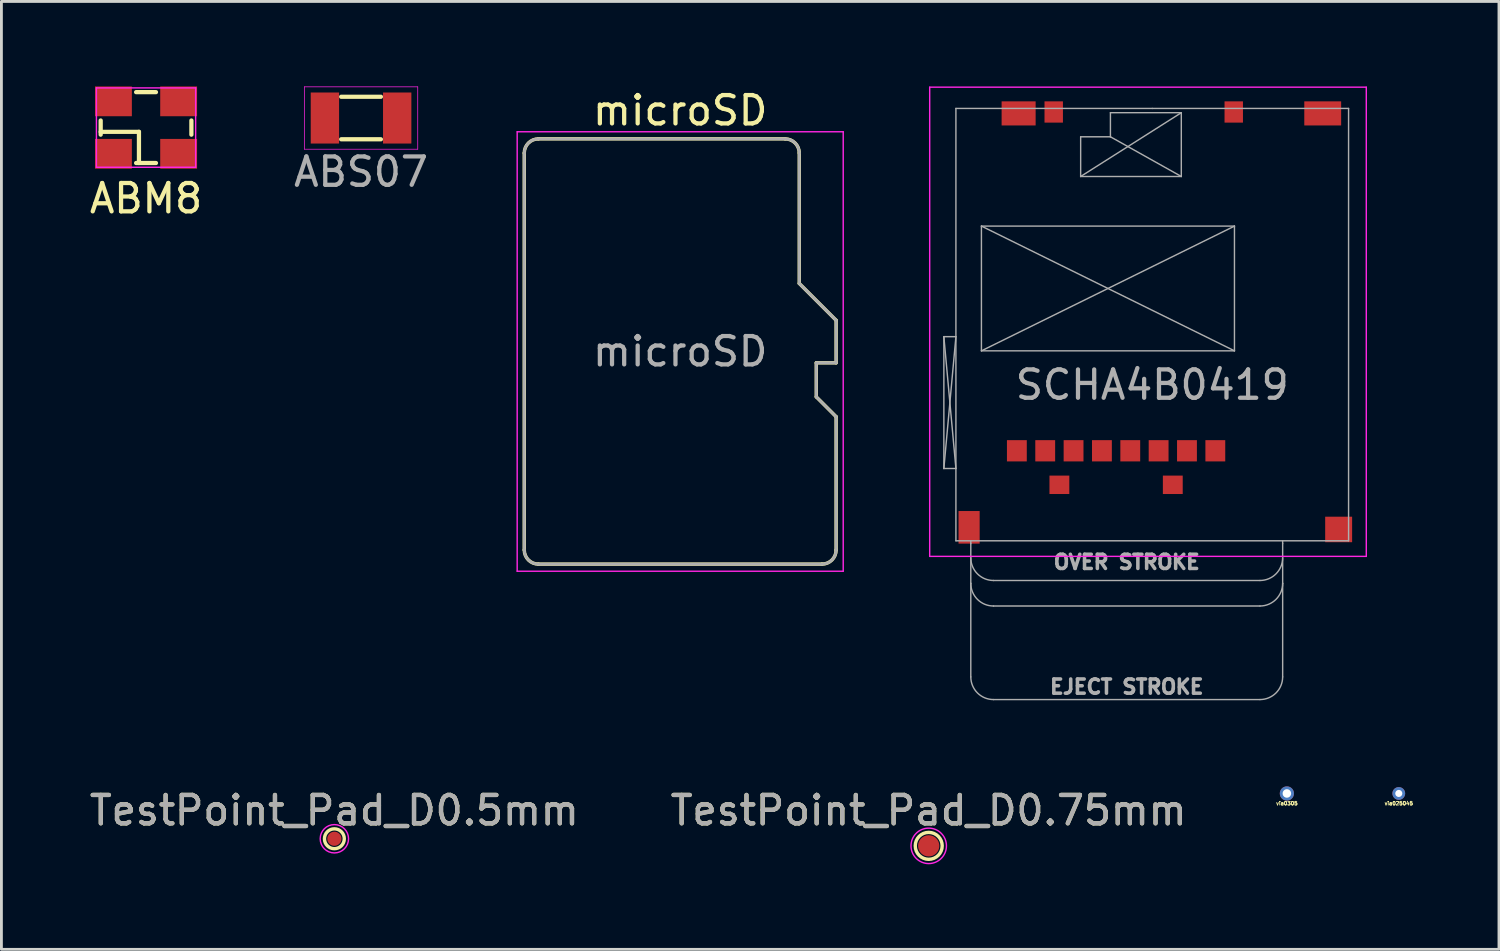
<source format=kicad_pcb>
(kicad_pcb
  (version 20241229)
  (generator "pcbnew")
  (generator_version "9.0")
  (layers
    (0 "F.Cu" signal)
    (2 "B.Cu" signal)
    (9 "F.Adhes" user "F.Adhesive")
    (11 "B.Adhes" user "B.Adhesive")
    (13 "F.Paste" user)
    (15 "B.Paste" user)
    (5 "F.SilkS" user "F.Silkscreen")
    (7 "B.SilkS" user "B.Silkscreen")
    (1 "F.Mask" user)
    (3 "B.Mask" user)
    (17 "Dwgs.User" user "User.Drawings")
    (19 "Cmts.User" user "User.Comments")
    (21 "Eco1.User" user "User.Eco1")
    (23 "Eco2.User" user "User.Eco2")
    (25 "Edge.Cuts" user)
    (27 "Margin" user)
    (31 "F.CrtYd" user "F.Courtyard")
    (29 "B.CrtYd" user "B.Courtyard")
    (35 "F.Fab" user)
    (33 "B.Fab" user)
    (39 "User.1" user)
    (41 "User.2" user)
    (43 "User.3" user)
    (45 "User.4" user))
  (footprint "microSD"
    (layer "F.Cu")
    (at 20.942 9.348)
    (property "Reference" "microSD" (at 0 -8.5 0) (layer "F.SilkS") (effects (font (size 1 1) (thickness 0.15))))
    (attr exclude_from_pos_files exclude_from_bom)
    (fp_line (start -5.5 -7) (end -5.5 7) (stroke (width 0.12) (type solid)) (layer "F.SilkS"))
    (fp_line (start -5 7.5) (end 5 7.5) (stroke (width 0.12) (type solid)) (layer "F.SilkS"))
    (fp_line (start 3.7 -7.5) (end -5 -7.5) (stroke (width 0.12) (type solid)) (layer "F.SilkS"))
    (fp_line (start 4.2 -7) (end 4.2 -2.4) (stroke (width 0.12) (type solid)) (layer "F.SilkS"))
    (fp_line (start 4.8 0.4) (end 4.8 1.6) (stroke (width 0.12) (type solid)) (layer "F.SilkS"))
    (fp_line (start 4.8 1.6) (end 5.5 2.3) (stroke (width 0.12) (type solid)) (layer "F.SilkS"))
    (fp_line (start 5.5 -1.1) (end 4.2 -2.4) (stroke (width 0.12) (type solid)) (layer "F.SilkS"))
    (fp_line (start 5.5 -1.1) (end 5.5 0.4) (stroke (width 0.12) (type solid)) (layer "F.SilkS"))
    (fp_line (start 5.5 0.4) (end 4.8 0.4) (stroke (width 0.12) (type solid)) (layer "F.SilkS"))
    (fp_line (start 5.5 7) (end 5.5 2.3) (stroke (width 0.12) (type solid)) (layer "F.SilkS"))
    (fp_arc (start -5.5 -7) (mid -5.353553 -7.353553) (end -5 -7.5) (stroke (width 0.12) (type solid)) (layer "F.SilkS"))
    (fp_arc (start -5 7.5) (mid -5.353553 7.353553) (end -5.5 7) (stroke (width 0.12) (type solid)) (layer "F.SilkS"))
    (fp_arc (start 3.7 -7.5) (mid 4.053553 -7.353553) (end 4.2 -7) (stroke (width 0.12) (type solid)) (layer "F.SilkS"))
    (fp_arc (start 5.5 7) (mid 5.353553 7.353553) (end 5 7.5) (stroke (width 0.12) (type solid)) (layer "F.SilkS"))
    (fp_line (start -5.75 -7.75) (end 5.75 -7.75) (stroke (width 0.05) (type solid)) (layer "F.CrtYd"))
    (fp_line (start -5.75 7.75) (end -5.75 -7.75) (stroke (width 0.05) (type solid)) (layer "F.CrtYd"))
    (fp_line (start 5.75 -7.75) (end 5.75 7.75) (stroke (width 0.05) (type solid)) (layer "F.CrtYd"))
    (fp_line (start 5.75 7.75) (end -5.75 7.75) (stroke (width 0.05) (type solid)) (layer "F.CrtYd"))
    (fp_line (start -5.5 -7) (end -5.5 7) (stroke (width 0.1) (type solid)) (layer "F.Fab"))
    (fp_line (start -5 7.5) (end 5 7.5) (stroke (width 0.1) (type solid)) (layer "F.Fab"))
    (fp_line (start 3.7 -7.5) (end -5 -7.5) (stroke (width 0.1) (type solid)) (layer "F.Fab"))
    (fp_line (start 4.2 -7) (end 4.2 -2.4) (stroke (width 0.1) (type solid)) (layer "F.Fab"))
    (fp_line (start 4.8 0.4) (end 4.8 1.6) (stroke (width 0.1) (type solid)) (layer "F.Fab"))
    (fp_line (start 4.8 1.6) (end 5.5 2.3) (stroke (width 0.1) (type solid)) (layer "F.Fab"))
    (fp_line (start 5.5 -1.1) (end 4.2 -2.4) (stroke (width 0.1) (type solid)) (layer "F.Fab"))
    (fp_line (start 5.5 -1.1) (end 5.5 0.4) (stroke (width 0.1) (type solid)) (layer "F.Fab"))
    (fp_line (start 5.5 0.4) (end 4.8 0.4) (stroke (width 0.1) (type solid)) (layer "F.Fab"))
    (fp_line (start 5.5 7) (end 5.5 2.3) (stroke (width 0.1) (type solid)) (layer "F.Fab"))
    (fp_arc (start -5.5 -7) (mid -5.353553 -7.353553) (end -5 -7.5) (stroke (width 0.1) (type solid)) (layer "F.Fab"))
    (fp_arc (start -5 7.5) (mid -5.353553 7.353553) (end -5.5 7) (stroke (width 0.1) (type solid)) (layer "F.Fab"))
    (fp_arc (start 3.7 -7.5) (mid 4.053553 -7.353553) (end 4.2 -7) (stroke (width 0.1) (type solid)) (layer "F.Fab"))
    (fp_arc (start 5.5 7) (mid 5.353553 7.353553) (end 5 7.5) (stroke (width 0.1) (type solid)) (layer "F.Fab"))
    (fp_text user "${REFERENCE}" (at 0 0 0) (layer "F.Fab") (effects (font (size 1 1) (thickness 0.15)))))
  (footprint "TestPoint_Pad_D0.5mm"
    (layer "F.Cu")
    (at 8.744 26.535)
    (property "Reference" "TestPoint_Pad_D0.5mm" (at 0 -1 0) (layer "F.SilkS") (effects (font (size 1 1) (thickness 0.15))))
    (attr exclude_from_pos_files exclude_from_bom)
    (fp_circle (center 0 0) (end 0.35 0) (stroke (width 0.12) (type solid)) (fill no) (layer "F.SilkS"))
    (fp_circle (center 0 0) (end 0.5 0) (stroke (width 0.05) (type solid)) (fill no) (layer "F.CrtYd"))
    (fp_text user "${REFERENCE}" (at 0 -1 0) (layer "F.Fab") (effects (font (size 1 1) (thickness 0.15))))
    (pad "1" smd circle (at 0 0) (size 0.5 0.5) (layers "F.Cu" "F.Mask")))
  (footprint "SCHA4B0419"
    (layer "F.Cu")
    (at 37.592 0.775)
    (property "Reference" "SCHA4B0419" (at 0 9.75 0) (layer "F.Fab") (effects (font (size 1 1) (thickness 0.15))))
    (attr through_hole)
    (fp_line (start -7.85 -0.75) (end 7.55 -0.75) (stroke (width 0.05) (type solid)) (layer "F.CrtYd"))
    (fp_line (start -7.85 15.8) (end -7.85 -0.75) (stroke (width 0.05) (type solid)) (layer "F.CrtYd"))
    (fp_line (start 7.55 -0.75) (end 7.55 15.8) (stroke (width 0.05) (type solid)) (layer "F.CrtYd"))
    (fp_line (start 7.55 15.8) (end -7.85 15.8) (stroke (width 0.05) (type solid)) (layer "F.CrtYd"))
    (fp_line (start -7.35 8.05) (end -7.35 12.7) (stroke (width 0.05) (type solid)) (layer "F.Fab"))
    (fp_line (start -7.35 12.7) (end -6.925 12.7) (stroke (width 0.05) (type solid)) (layer "F.Fab"))
    (fp_line (start -6.925 0) (end -6.925 15.25) (stroke (width 0.05) (type solid)) (layer "F.Fab"))
    (fp_line (start -6.925 8.05) (end -7.35 8.05) (stroke (width 0.05) (type solid)) (layer "F.Fab"))
    (fp_line (start -6.925 8.05) (end -7.35 12.7) (stroke (width 0.05) (type solid)) (layer "F.Fab"))
    (fp_line (start -6.925 12.7) (end -7.35 8.05) (stroke (width 0.05) (type solid)) (layer "F.Fab"))
    (fp_line (start -6.925 15.25) (end 6.925 15.25) (stroke (width 0.05) (type solid)) (layer "F.Fab"))
    (fp_line (start -6.4 15.35) (end -6.4 15.25) (stroke (width 0.05) (type solid)) (layer "F.Fab"))
    (fp_line (start -6.4 16.75) (end -6.4 15.35) (stroke (width 0.05) (type solid)) (layer "F.Fab"))
    (fp_line (start -6.4 20.05) (end -6.4 16.75) (stroke (width 0.05) (type solid)) (layer "F.Fab"))
    (fp_line (start -6.025 4.15) (end 2.9 4.15) (stroke (width 0.05) (type solid)) (layer "F.Fab"))
    (fp_line (start -6.025 4.15) (end 2.9 8.55) (stroke (width 0.05) (type solid)) (layer "F.Fab"))
    (fp_line (start -6.025 8.55) (end -6.025 4.15) (stroke (width 0.05) (type solid)) (layer "F.Fab"))
    (fp_line (start -2.525 1) (end -1.475 1) (stroke (width 0.05) (type solid)) (layer "F.Fab"))
    (fp_line (start -2.525 2.4) (end -2.525 1) (stroke (width 0.05) (type solid)) (layer "F.Fab"))
    (fp_line (start -1.475 0.15) (end 1.025 0.15) (stroke (width 0.05) (type solid)) (layer "F.Fab"))
    (fp_line (start -1.475 1) (end -1.475 0.15) (stroke (width 0.05) (type solid)) (layer "F.Fab"))
    (fp_line (start 0 0) (end -6.925 0) (stroke (width 0.05) (type solid)) (layer "F.Fab"))
    (fp_line (start 1.025 0.15) (end -2.525 2.4) (stroke (width 0.05) (type solid)) (layer "F.Fab"))
    (fp_line (start 1.025 0.15) (end 1.025 2.4) (stroke (width 0.05) (type solid)) (layer "F.Fab"))
    (fp_line (start 1.025 2.4) (end -2.525 2.4) (stroke (width 0.05) (type solid)) (layer "F.Fab"))
    (fp_line (start 1.025 2.4) (end -1.475 1) (stroke (width 0.05) (type solid)) (layer "F.Fab"))
    (fp_line (start 2.9 4.15) (end -6.025 8.55) (stroke (width 0.05) (type solid)) (layer "F.Fab"))
    (fp_line (start 2.9 4.15) (end 2.9 8.55) (stroke (width 0.05) (type solid)) (layer "F.Fab"))
    (fp_line (start 2.9 8.55) (end -6.025 8.55) (stroke (width 0.05) (type solid)) (layer "F.Fab"))
    (fp_line (start 3.8 16.65) (end -5.6 16.65) (stroke (width 0.05) (type solid)) (layer "F.Fab"))
    (fp_line (start 3.8 17.55) (end -5.6 17.55) (stroke (width 0.05) (type solid)) (layer "F.Fab"))
    (fp_line (start 3.8 20.85) (end -5.6 20.85) (stroke (width 0.05) (type solid)) (layer "F.Fab"))
    (fp_line (start 4.6 15.25) (end 4.6 15.35) (stroke (width 0.05) (type solid)) (layer "F.Fab"))
    (fp_line (start 4.6 15.35) (end 4.6 16.75) (stroke (width 0.05) (type solid)) (layer "F.Fab"))
    (fp_line (start 4.6 16.75) (end 4.6 20.05) (stroke (width 0.05) (type solid)) (layer "F.Fab"))
    (fp_line (start 6.925 0) (end 0 0) (stroke (width 0.05) (type solid)) (layer "F.Fab"))
    (fp_line (start 6.925 15.25) (end 6.925 0) (stroke (width 0.05) (type solid)) (layer "F.Fab"))
    (fp_arc (start -5.6 16.65) (mid -6.165685 16.415685) (end -6.4 15.85) (stroke (width 0.05) (type solid)) (layer "F.Fab"))
    (fp_arc (start -5.6 17.55) (mid -6.165685 17.315685) (end -6.4 16.75) (stroke (width 0.05) (type solid)) (layer "F.Fab"))
    (fp_arc (start -5.6 20.85) (mid -6.165685 20.615685) (end -6.4 20.05) (stroke (width 0.05) (type solid)) (layer "F.Fab"))
    (fp_arc (start 4.6 15.85) (mid 4.365685 16.415685) (end 3.8 16.65) (stroke (width 0.05) (type solid)) (layer "F.Fab"))
    (fp_arc (start 4.6 16.75) (mid 4.365685 17.315685) (end 3.8 17.55) (stroke (width 0.05) (type solid)) (layer "F.Fab"))
    (fp_arc (start 4.6 20.05) (mid 4.365685 20.615685) (end 3.8 20.85) (stroke (width 0.05) (type solid)) (layer "F.Fab"))
    (fp_text user "EJECT STROKE" (at -0.9 20.4 180) (layer "F.Fab") (effects (font (size 0.5 0.5) (thickness 0.125))))
    (fp_text user "OVER STROKE" (at -0.9 16 0) (layer "F.Fab") (effects (font (size 0.5 0.5) (thickness 0.125))))
    (pad "1" smd rect (at 2.225 12.075) (size 0.7 0.75) (layers "F.Cu" "F.Mask" "F.Paste"))
    (pad "2" smd rect (at 1.225 12.075) (size 0.7 0.75) (layers "F.Cu" "F.Mask" "F.Paste"))
    (pad "3" smd rect (at 0.225 12.075) (size 0.7 0.75) (layers "F.Cu" "F.Mask" "F.Paste"))
    (pad "4" smd rect (at -0.775 12.075) (size 0.7 0.75) (layers "F.Cu" "F.Mask" "F.Paste"))
    (pad "5" smd rect (at -1.775 12.075) (size 0.7 0.75) (layers "F.Cu" "F.Mask" "F.Paste"))
    (pad "6" smd rect (at -2.775 12.075) (size 0.7 0.75) (layers "F.Cu" "F.Mask" "F.Paste"))
    (pad "7" smd rect (at -3.775 12.075) (size 0.7 0.75) (layers "F.Cu" "F.Mask" "F.Paste"))
    (pad "8" smd rect (at -4.775 12.075) (size 0.7 0.75) (layers "F.Cu" "F.Mask" "F.Paste"))
    (pad "9" smd rect (at 2.875 0.125) (size 0.65 0.75) (layers "F.Cu" "F.Mask" "F.Paste"))
    (pad "10" smd rect (at -3.475 0.125) (size 0.65 0.75) (layers "F.Cu" "F.Mask" "F.Paste"))
    (pad "11" smd rect (at -6.46 14.775) (size 0.745 1.15) (layers "F.Cu" "F.Mask" "F.Paste"))
    (pad "11" smd rect (at -4.713 0.175) (size 1.2 0.85) (layers "F.Cu" "F.Mask" "F.Paste"))
    (pad "11" smd rect (at -3.275 13.275) (size 0.7 0.65) (layers "F.Cu" "F.Mask" "F.Paste"))
    (pad "11" smd rect (at 0.725 13.275) (size 0.7 0.65) (layers "F.Cu" "F.Mask" "F.Paste"))
    (pad "11" smd rect (at 6.013 0.175) (size 1.3 0.85) (layers "F.Cu" "F.Mask" "F.Paste"))
    (pad "11" smd rect (at 6.575 14.85) (size 0.95 0.9) (layers "F.Cu" "F.Mask" "F.Paste")))
  (footprint "ABS07"
    (layer "F.Cu")
    (at 9.685 1.113)
    (property "Reference" "ABS07" (at 0 1.9 0) (layer "F.Fab") (effects (font (size 1 1) (thickness 0.15))))
    (attr through_hole)
    (fp_line (start -0.7 -0.75) (end 0.7 -0.75) (stroke (width 0.15) (type solid)) (layer "F.SilkS"))
    (fp_line (start 0.7 0.75) (end -0.7 0.75) (stroke (width 0.15) (type solid)) (layer "F.SilkS"))
    (fp_line (start -2 -1.1) (end 2 -1.1) (stroke (width 0.025) (type solid)) (layer "F.CrtYd"))
    (fp_line (start -2 1.1) (end -2 -1.1) (stroke (width 0.025) (type solid)) (layer "F.CrtYd"))
    (fp_line (start 2 -1.1) (end 2 1.1) (stroke (width 0.025) (type solid)) (layer "F.CrtYd"))
    (fp_line (start 2 1.1) (end -2 1.1) (stroke (width 0.025) (type solid)) (layer "F.CrtYd"))
    (pad "1" smd rect (at -1.275 0) (size 1 1.8) (layers "F.Cu" "F.Mask" "F.Paste"))
    (pad "2" smd rect (at 1.275 0) (size 1 1.8) (layers "F.Cu" "F.Mask" "F.Paste")))
  (footprint "via025045"
    (layer "F.Cu")
    (at 46.288 24.937)
    (property "Reference" "via025045" (at 0 0.35 0) (layer "F.SilkS") (effects (font (size 0.127 0.127) (thickness 0.032))))
    (attr through_hole)
    (pad "1" thru_hole circle (at 0 0) (size 0.45 0.45) (drill 0.25) (layers "*.Cu")))
  (footprint "via0305"
    (layer "F.Cu")
    (at 42.341 24.937)
    (property "Reference" "via0305" (at 0 0.35 0) (layer "F.SilkS") (effects (font (size 0.127 0.127) (thickness 0.032))))
    (attr through_hole)
    (pad "1" thru_hole circle (at 0 0) (size 0.5 0.5) (drill 0.3) (layers "*.Cu")))
  (footprint "ABM8"
    (layer "F.Cu")
    (at 2.101 1.45)
    (property "Reference" "ABM8" (at 0 2.5 0) (layer "F.SilkS") (effects (font (size 1 1) (thickness 0.15))))
    (attr through_hole)
    (fp_line (start -1.6 -0.25) (end -1.6 0.25) (stroke (width 0.15) (type solid)) (layer "F.SilkS"))
    (fp_line (start -1.6 0.15) (end -0.25 0.15) (stroke (width 0.15) (type solid)) (layer "F.SilkS"))
    (fp_line (start -0.35 1.25) (end 0.35 1.25) (stroke (width 0.15) (type solid)) (layer "F.SilkS"))
    (fp_line (start -0.25 0.15) (end -0.25 1.25) (stroke (width 0.15) (type solid)) (layer "F.SilkS"))
    (fp_line (start 0.35 -1.25) (end -0.35 -1.25) (stroke (width 0.15) (type solid)) (layer "F.SilkS"))
    (fp_line (start 1.6 0.25) (end 1.6 -0.25) (stroke (width 0.15) (type solid)) (layer "F.SilkS"))
    (fp_line (start -1.75 -1.4) (end 1.75 -1.4) (stroke (width 0.05) (type solid)) (layer "F.CrtYd"))
    (fp_line (start -1.75 1.4) (end -1.75 -1.4) (stroke (width 0.05) (type solid)) (layer "F.CrtYd"))
    (fp_line (start 1.75 -1.4) (end 1.75 1.4) (stroke (width 0.05) (type solid)) (layer "F.CrtYd"))
    (fp_line (start 1.75 1.4) (end -1.75 1.4) (stroke (width 0.05) (type solid)) (layer "F.CrtYd"))
    (pad "1" smd rect (at -1.15 0.925) (size 1.3 1.05) (layers "F.Cu" "F.Mask" "F.Paste"))
    (pad "2" smd rect (at 1.15 -0.925) (size 1.3 1.05) (layers "F.Cu" "F.Mask" "F.Paste"))
    (pad "GND" smd rect (at -1.15 -0.925) (size 1.3 1.05) (layers "F.Cu" "F.Mask" "F.Paste"))
    (pad "GND" smd rect (at 1.15 0.925) (size 1.3 1.05) (layers "F.Cu" "F.Mask" "F.Paste")))
  (footprint "TestPoint_Pad_D0.75mm"
    (layer "F.Cu")
    (at 29.708 26.785)
    (property "Reference" "TestPoint_Pad_D0.75mm" (at 0 -1.25 0) (layer "F.SilkS") (effects (font (size 1 1) (thickness 0.15))))
    (attr exclude_from_pos_files exclude_from_bom)
    (fp_circle (center 0 0) (end 0.475 0) (stroke (width 0.12) (type solid)) (fill no) (layer "F.SilkS"))
    (fp_circle (center 0 0) (end 0.625 0) (stroke (width 0.05) (type solid)) (fill no) (layer "F.CrtYd"))
    (fp_text user "${REFERENCE}" (at 0 -1.25 0) (layer "F.Fab") (effects (font (size 1 1) (thickness 0.15))))
    (pad "1" smd circle (at 0 0) (size 0.75 0.75) (layers "F.Cu" "F.Mask")))
  (gr_rect
    (start -3 -3)
    (end 49.822 30.435)
    (stroke (width 0.1) (type default))
    (fill no)
    (layer "Edge.Cuts")))
</source>
